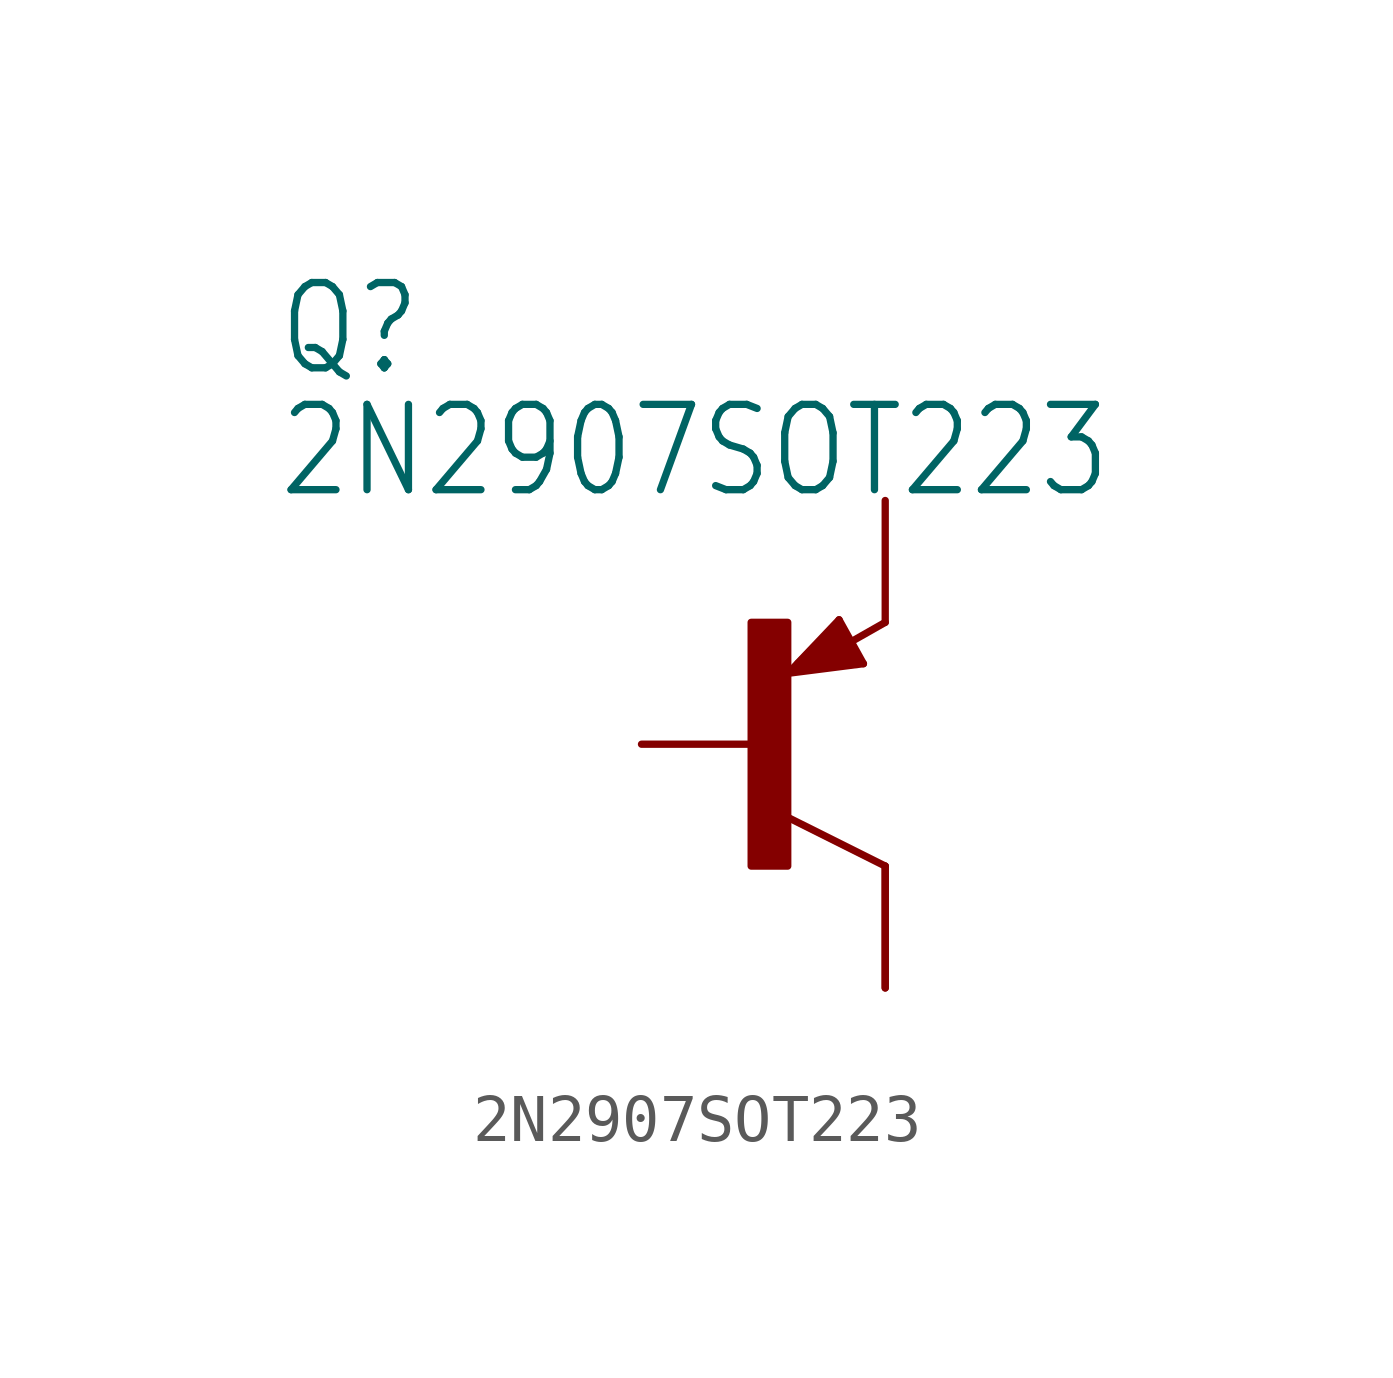
<source format=kicad_sym>
(kicad_symbol_lib
  (version 20211014)
  (generator kicad_symbol_editor)
  (symbol "2N2907SOT223"
    (property "Reference" "Q"
      (at -10.16 7.62 0)
      (effects (font (size 1.778 1.511)) (justify left bottom)))
    (property "Value" "2N2907SOT223"
      (at -10.16 5.08 0)
      (effects (font (size 1.778 1.511)) (justify left bottom)))
    (property "ki_locked" ""
      (at 0 0 0)
      (effects (font (size 1.27 1.27))))
    (symbol "2N2907SOT223_1_0"
      (rectangle (start -0.254 -2.54) (end 0.508 2.54) (stroke (width 0) (type default) (color 0 0 0 0)) (fill (type outline)))
      (polyline (pts (xy 0.516 1.478) (xy 2.086 1.678)) (stroke (width 0.152) (type default) (color 0 0 0 0)) (fill (type none)))
      (polyline (pts (xy 0.762 1.651) (xy 1.778 1.778)) (stroke (width 0.254) (type default) (color 0 0 0 0)) (fill (type none)))
      (polyline (pts (xy 1.143 1.905) (xy 1.524 1.905)) (stroke (width 0.254) (type default) (color 0 0 0 0)) (fill (type none)))
      (polyline (pts (xy 1.524 2.159) (xy 1.143 1.905)) (stroke (width 0.254) (type default) (color 0 0 0 0)) (fill (type none)))
      (polyline (pts (xy 1.524 2.413) (xy 0.762 1.651)) (stroke (width 0.254) (type default) (color 0 0 0 0)) (fill (type none)))
      (polyline (pts (xy 1.578 2.594) (xy 0.516 1.478)) (stroke (width 0.152) (type default) (color 0 0 0 0)) (fill (type none)))
      (polyline (pts (xy 1.778 1.778) (xy 1.524 2.159)) (stroke (width 0.254) (type default) (color 0 0 0 0)) (fill (type none)))
      (polyline (pts (xy 1.905 1.778) (xy 1.524 2.413)) (stroke (width 0.254) (type default) (color 0 0 0 0)) (fill (type none)))
      (polyline (pts (xy 2.086 1.678) (xy 1.578 2.594)) (stroke (width 0.152) (type default) (color 0 0 0 0)) (fill (type none)))
      (polyline (pts (xy 2.54 -2.54) (xy 0.508 -1.524)) (stroke (width 0.152) (type default) (color 0 0 0 0)) (fill (type none)))
      (polyline (pts (xy 2.54 2.54) (xy 1.808 2.124)) (stroke (width 0.152) (type default) (color 0 0 0 0)) (fill (type none)))
      (pin passive line (at -2.54 0 0) (length 2.54) (name "B" (effects (font (size 0 0)))) (number "1" (effects (font (size 0 0)))))
      (pin passive line (at 2.54 -5.08 90) (length 2.54) (name "C" (effects (font (size 0 0)))) (number "2" (effects (font (size 0 0)))))
      (pin passive line (at 2.54 5.08 270) (length 2.54) (name "E" (effects (font (size 0 0)))) (number "3" (effects (font (size 0 0)))))
      (pin passive line (at 2.54 -5.08 90) (length 2.54) (name "C" (effects (font (size 0 0)))) (number "4" (effects (font (size 0 0))))))))
</source>
